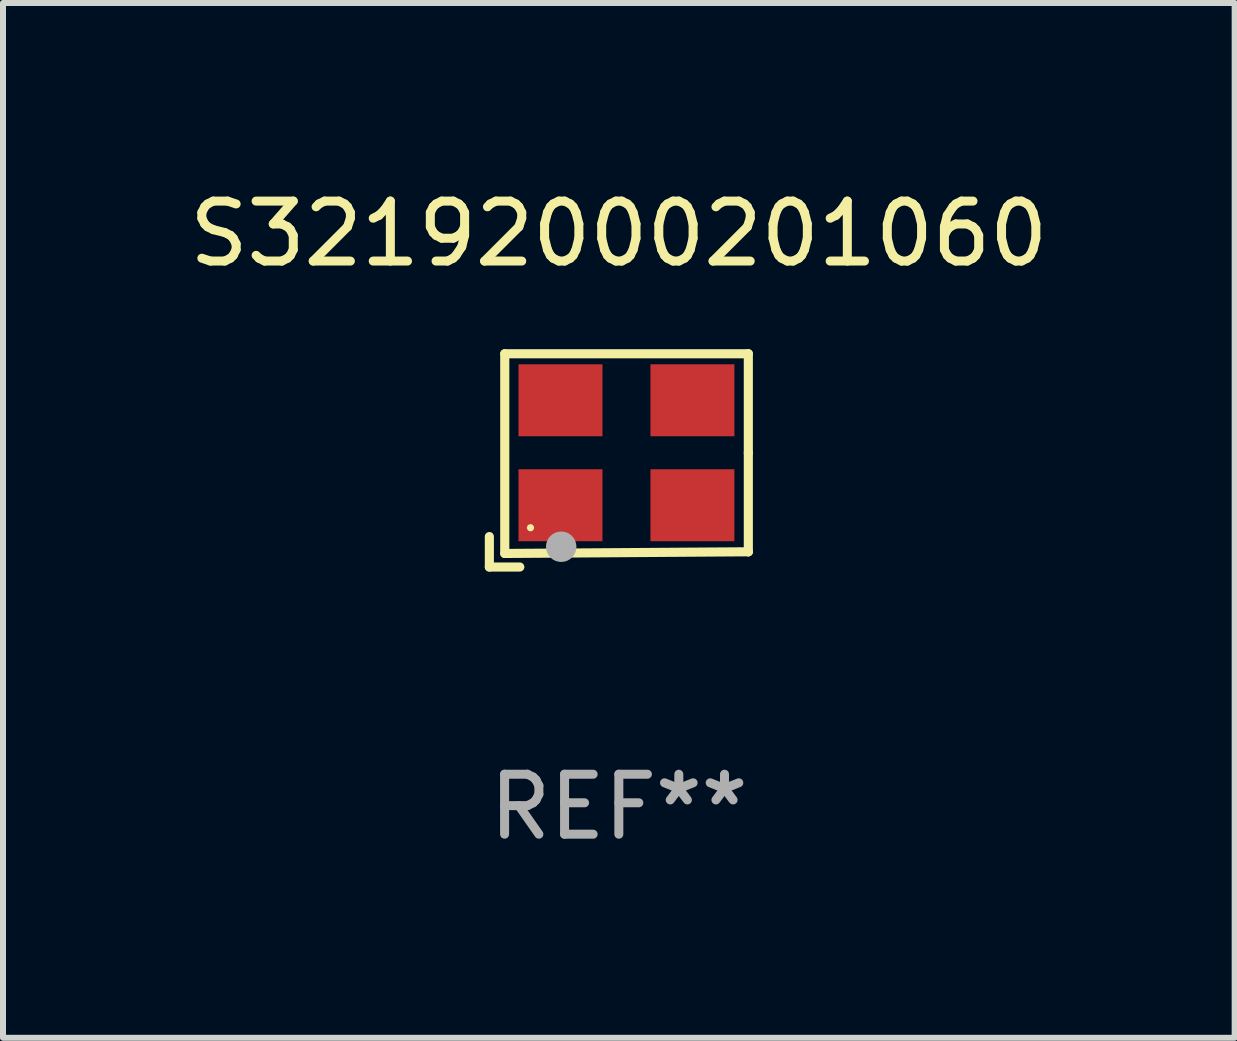
<source format=kicad_pcb>
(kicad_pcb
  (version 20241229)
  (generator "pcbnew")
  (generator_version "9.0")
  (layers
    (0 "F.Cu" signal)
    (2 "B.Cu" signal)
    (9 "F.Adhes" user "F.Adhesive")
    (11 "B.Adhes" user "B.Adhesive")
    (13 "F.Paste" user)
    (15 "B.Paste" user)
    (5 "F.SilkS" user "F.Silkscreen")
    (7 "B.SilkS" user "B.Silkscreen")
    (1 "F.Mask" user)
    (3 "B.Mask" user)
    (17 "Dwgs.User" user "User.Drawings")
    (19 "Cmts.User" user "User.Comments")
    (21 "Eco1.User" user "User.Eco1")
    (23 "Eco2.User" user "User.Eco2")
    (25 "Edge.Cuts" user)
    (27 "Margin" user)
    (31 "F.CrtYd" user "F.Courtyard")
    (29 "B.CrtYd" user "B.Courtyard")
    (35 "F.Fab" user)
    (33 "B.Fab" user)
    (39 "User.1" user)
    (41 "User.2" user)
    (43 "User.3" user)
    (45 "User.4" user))
  (footprint "S32192000201060"
    (layer "F.Cu")
    (at 7.268 4.626)
    (property "Reference" "S32192000201060" (at 0 -3.778 0) (layer "F.SilkS") (effects (font (size 1 1) (thickness 0.15))))
    (attr through_hole)
    (fp_line (start -2.159 1.27) (end -2.159 1.778) (stroke (width 0.152) (type solid)) (layer "F.SilkS"))
    (fp_line (start -2.159 1.778) (end -1.651 1.778) (stroke (width 0.152) (type solid)) (layer "F.SilkS"))
    (fp_line (start -1.902 -1.778) (end 2.159 -1.778) (stroke (width 0.152) (type solid)) (layer "F.SilkS"))
    (fp_line (start -1.902 1.552) (end -1.902 -1.778) (stroke (width 0.152) (type solid)) (layer "F.SilkS"))
    (fp_line (start 2.159 -1.778) (end 2.159 -0.127) (stroke (width 0.152) (type solid)) (layer "F.SilkS"))
    (fp_line (start 2.159 -0.127) (end 2.159 1.524) (stroke (width 0.152) (type solid)) (layer "F.SilkS"))
    (fp_line (start 2.159 1.524) (end -1.902 1.552) (stroke (width 0.152) (type solid)) (layer "F.SilkS"))
    (fp_line (start 2.159 1.524) (end 2.159 1.524) (stroke (width 0.152) (type solid)) (layer "F.SilkS"))
    (fp_circle (center -1.473 1.123) (end -1.443 1.123) (stroke (width 0.06) (type solid)) (fill no) (layer "F.SilkS"))
    (fp_circle (center -0.961 1.44) (end -0.834 1.44) (stroke (width 0.254) (type solid)) (fill no) (layer "F.Fab"))
    (fp_text user "REF**" (at 0 5.778 0) (layer "F.Fab") (effects (font (size 1 1) (thickness 0.15))))
    (pad "1" smd rect (at -0.973 0.748) (size 1.4 1.2) (layers "F.Cu" "F.Mask" "F.Paste"))
    (pad "2" smd rect (at 1.227 0.748) (size 1.4 1.2) (layers "F.Cu" "F.Mask" "F.Paste"))
    (pad "3" smd rect (at 1.227 -1.002) (size 1.4 1.2) (layers "F.Cu" "F.Mask" "F.Paste"))
    (pad "4" smd rect (at -0.973 -1.002) (size 1.4 1.2) (layers "F.Cu" "F.Mask" "F.Paste")))
  (gr_rect
    (start -3 -3)
    (end 17.536 14.253)
    (stroke (width 0.1) (type default))
    (fill no)
    (layer "Edge.Cuts")))
</source>
